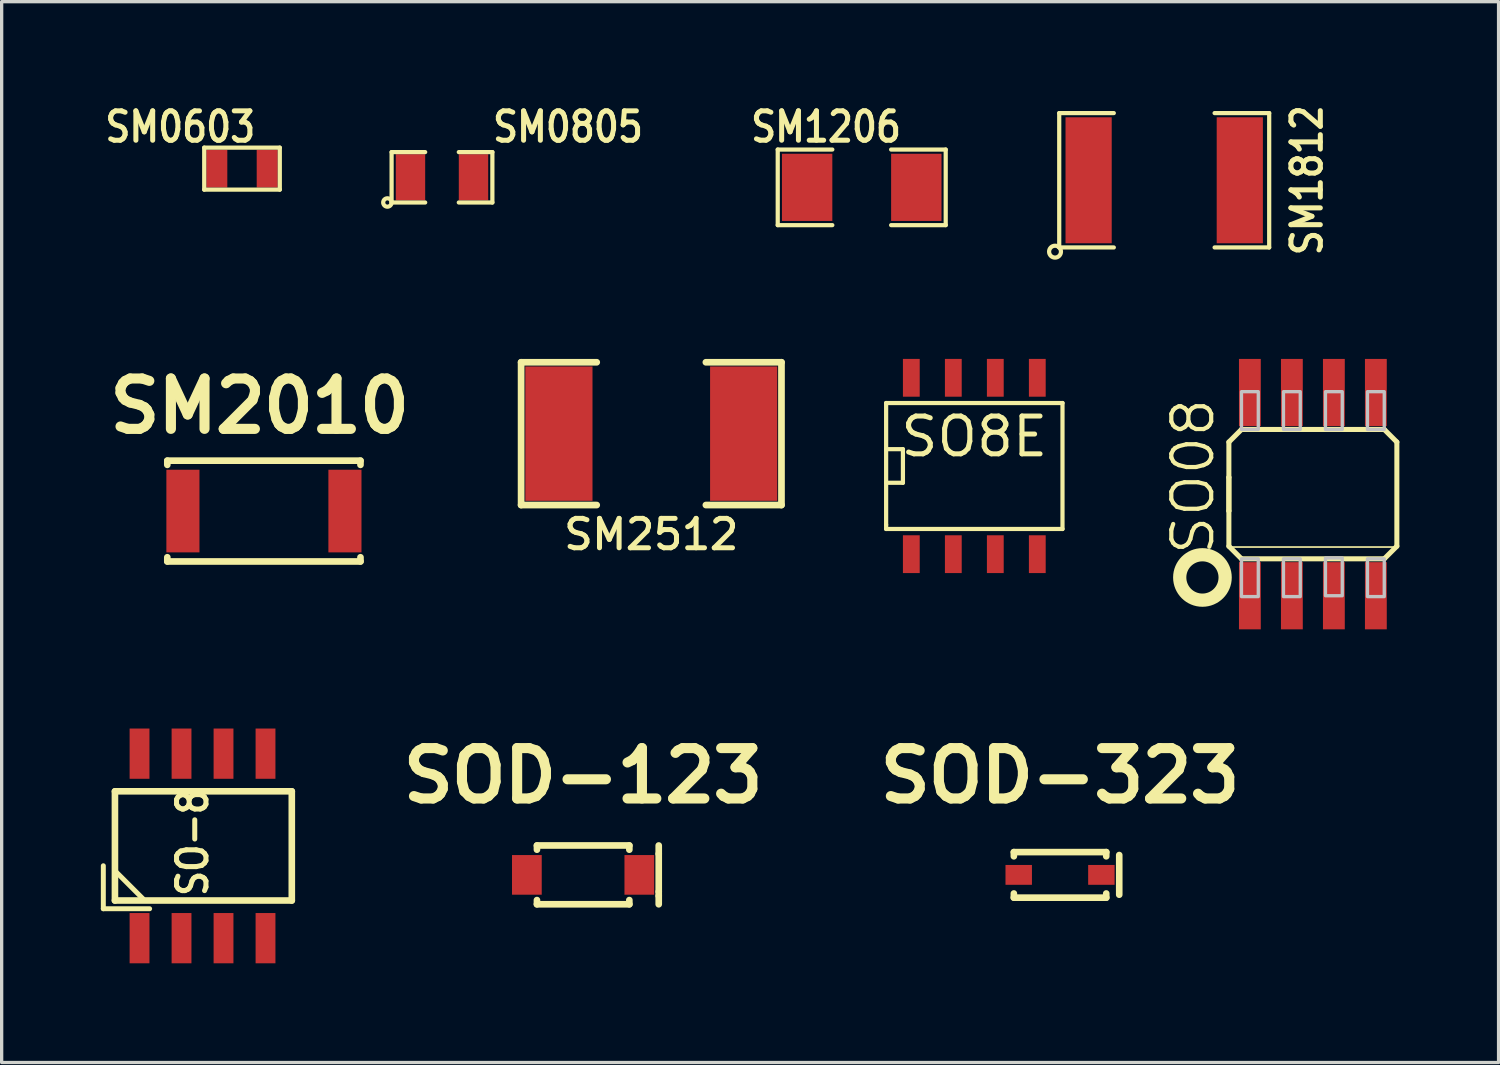
<source format=kicad_pcb>
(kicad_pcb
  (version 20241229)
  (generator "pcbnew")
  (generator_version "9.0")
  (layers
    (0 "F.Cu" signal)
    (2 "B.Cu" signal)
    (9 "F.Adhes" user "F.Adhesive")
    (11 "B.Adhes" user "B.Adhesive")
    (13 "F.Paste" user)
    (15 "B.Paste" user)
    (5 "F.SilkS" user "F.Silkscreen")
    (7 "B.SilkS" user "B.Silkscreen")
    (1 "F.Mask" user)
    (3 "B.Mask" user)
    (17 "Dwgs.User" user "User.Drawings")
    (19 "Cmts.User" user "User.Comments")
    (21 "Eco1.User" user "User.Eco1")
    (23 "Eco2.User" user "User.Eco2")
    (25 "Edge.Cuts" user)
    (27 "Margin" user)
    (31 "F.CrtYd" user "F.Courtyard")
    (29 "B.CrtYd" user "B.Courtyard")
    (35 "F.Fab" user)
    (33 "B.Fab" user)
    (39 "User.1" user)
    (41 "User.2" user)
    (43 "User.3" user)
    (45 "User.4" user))
  (footprint "SM2512"
    (layer "F.Cu")
    (at 16.647 10.065)
    (property "Reference" "SM2512" (at 0 3.048 0) (layer "F.SilkS") (effects (font (size 0.889 0.889) (thickness 0.152))))
    (attr through_hole)
    (fp_line (start -3.937 -2.159) (end -1.651 -2.159) (stroke (width 0.203) (type solid)) (layer "F.SilkS"))
    (fp_line (start -3.937 2.159) (end -3.937 -2.159) (stroke (width 0.203) (type solid)) (layer "F.SilkS"))
    (fp_line (start -1.651 2.159) (end -3.937 2.159) (stroke (width 0.203) (type solid)) (layer "F.SilkS"))
    (fp_line (start 1.651 -2.159) (end 3.937 -2.159) (stroke (width 0.203) (type solid)) (layer "F.SilkS"))
    (fp_line (start 3.937 -2.159) (end 3.937 2.159) (stroke (width 0.203) (type solid)) (layer "F.SilkS"))
    (fp_line (start 3.937 2.159) (end 1.651 2.159) (stroke (width 0.203) (type solid)) (layer "F.SilkS"))
    (pad "1" smd rect (at -2.794 0) (size 2.032 4.064) (layers "F.Cu" "F.Mask" "F.Paste"))
    (pad "2" smd rect (at 2.794 0) (size 2.032 4.064) (layers "F.Cu" "F.Mask" "F.Paste")))
  (footprint "SO8E"
    (layer "F.Cu")
    (at 26.416 11.043)
    (property "Reference" "SO8E" (at 0 -0.889 0) (layer "F.SilkS") (effects (font (size 1.143 1.143) (thickness 0.152))))
    (attr smd)
    (fp_line (start -2.667 -1.905) (end -2.667 1.778) (stroke (width 0.127) (type solid)) (layer "F.SilkS"))
    (fp_line (start -2.667 -0.508) (end -2.159 -0.508) (stroke (width 0.127) (type solid)) (layer "F.SilkS"))
    (fp_line (start -2.667 1.778) (end -2.667 1.905) (stroke (width 0.127) (type solid)) (layer "F.SilkS"))
    (fp_line (start -2.667 1.905) (end 2.667 1.905) (stroke (width 0.127) (type solid)) (layer "F.SilkS"))
    (fp_line (start -2.159 -0.508) (end -2.159 0.508) (stroke (width 0.127) (type solid)) (layer "F.SilkS"))
    (fp_line (start -2.159 0.508) (end -2.667 0.508) (stroke (width 0.127) (type solid)) (layer "F.SilkS"))
    (fp_line (start 2.667 -1.905) (end -2.667 -1.905) (stroke (width 0.127) (type solid)) (layer "F.SilkS"))
    (fp_line (start 2.667 -1.905) (end 2.667 1.905) (stroke (width 0.127) (type solid)) (layer "F.SilkS"))
    (pad "1" smd rect (at -1.905 2.667) (size 0.508 1.143) (layers "F.Cu" "F.Mask" "F.Paste"))
    (pad "2" smd rect (at -0.635 2.667) (size 0.508 1.143) (layers "F.Cu" "F.Mask" "F.Paste"))
    (pad "3" smd rect (at 0.635 2.667) (size 0.508 1.143) (layers "F.Cu" "F.Mask" "F.Paste"))
    (pad "4" smd rect (at 1.905 2.667) (size 0.508 1.143) (layers "F.Cu" "F.Mask" "F.Paste"))
    (pad "5" smd rect (at 1.905 -2.667) (size 0.508 1.143) (layers "F.Cu" "F.Mask" "F.Paste"))
    (pad "6" smd rect (at 0.635 -2.667) (size 0.508 1.143) (layers "F.Cu" "F.Mask" "F.Paste"))
    (pad "7" smd rect (at -0.635 -2.667) (size 0.508 1.143) (layers "F.Cu" "F.Mask" "F.Paste"))
    (pad "8" smd rect (at -1.905 -2.667) (size 0.508 1.143) (layers "F.Cu" "F.Mask" "F.Paste")))
  (footprint "SOD-123"
    (layer "F.Cu")
    (at 14.586 23.409)
    (property "Reference" "SOD-123" (at 0 -3 0) (layer "F.SilkS") (effects (font (size 1.524 1.524) (thickness 0.305))))
    (attr through_hole)
    (fp_line (start -1.397 -0.889) (end -1.397 -0.762) (stroke (width 0.201) (type solid)) (layer "F.SilkS"))
    (fp_line (start -1.397 0.762) (end -1.397 0.889) (stroke (width 0.201) (type solid)) (layer "F.SilkS"))
    (fp_line (start -1.397 0.889) (end 1.397 0.889) (stroke (width 0.201) (type solid)) (layer "F.SilkS"))
    (fp_line (start 1.397 -0.889) (end -1.397 -0.889) (stroke (width 0.201) (type solid)) (layer "F.SilkS"))
    (fp_line (start 1.397 -0.762) (end 1.397 -0.889) (stroke (width 0.201) (type solid)) (layer "F.SilkS"))
    (fp_line (start 1.397 0.889) (end 1.397 0.762) (stroke (width 0.201) (type solid)) (layer "F.SilkS"))
    (fp_line (start 2.286 -0.635) (end 2.286 -0.889) (stroke (width 0.201) (type solid)) (layer "F.SilkS"))
    (fp_line (start 2.286 -0.635) (end 2.286 0.508) (stroke (width 0.201) (type solid)) (layer "F.SilkS"))
    (fp_line (start 2.286 0.508) (end 2.286 0.635) (stroke (width 0.201) (type solid)) (layer "F.SilkS"))
    (fp_line (start 2.286 0.635) (end 2.286 0.889) (stroke (width 0.201) (type solid)) (layer "F.SilkS"))
    (pad "A" smd rect (at -1.702 0) (size 0.899 1.199) (layers "F.Cu" "F.Mask" "F.Paste"))
    (pad "C" smd rect (at 1.699 0) (size 0.899 1.199) (layers "F.Cu" "F.Mask" "F.Paste")))
  (footprint "SM0805"
    (layer "F.Cu")
    (at 10.317 2.312)
    (property "Reference" "SM0805" (at 3.81 -1.524 0) (layer "F.SilkS") (effects (font (size 0.889 0.762) (thickness 0.152))))
    (attr smd)
    (fp_line (start -1.524 -0.762) (end -0.508 -0.762) (stroke (width 0.127) (type solid)) (layer "F.SilkS"))
    (fp_line (start -1.524 0.762) (end -1.524 -0.762) (stroke (width 0.127) (type solid)) (layer "F.SilkS"))
    (fp_line (start -0.508 0.762) (end -1.524 0.762) (stroke (width 0.127) (type solid)) (layer "F.SilkS"))
    (fp_line (start 0.508 -0.762) (end 1.524 -0.762) (stroke (width 0.127) (type solid)) (layer "F.SilkS"))
    (fp_line (start 1.524 -0.762) (end 1.524 0.762) (stroke (width 0.127) (type solid)) (layer "F.SilkS"))
    (fp_line (start 1.524 0.762) (end 0.508 0.762) (stroke (width 0.127) (type solid)) (layer "F.SilkS"))
    (fp_circle (center -1.651 0.762) (end -1.651 0.635) (stroke (width 0.127) (type solid)) (fill no) (layer "F.SilkS"))
    (pad "1" smd rect (at -0.953 0) (size 0.889 1.397) (layers "F.Cu" "F.Mask" "F.Paste"))
    (pad "2" smd rect (at 0.953 0) (size 0.889 1.397) (layers "F.Cu" "F.Mask" "F.Paste")))
  (footprint "SM2010"
    (layer "F.Cu")
    (at 4.931 12.406)
    (property "Reference" "SM2010" (at -0.127 -3.175 0) (layer "F.SilkS") (effects (font (size 1.524 1.524) (thickness 0.305))))
    (attr through_hole)
    (fp_line (start -2.921 -1.524) (end -2.921 -1.397) (stroke (width 0.201) (type solid)) (layer "F.SilkS"))
    (fp_line (start -2.921 1.397) (end -2.921 1.524) (stroke (width 0.201) (type solid)) (layer "F.SilkS"))
    (fp_line (start -2.921 1.524) (end 2.921 1.524) (stroke (width 0.201) (type solid)) (layer "F.SilkS"))
    (fp_line (start 2.921 -1.524) (end -2.921 -1.524) (stroke (width 0.201) (type solid)) (layer "F.SilkS"))
    (fp_line (start 2.921 -1.397) (end 2.921 -1.524) (stroke (width 0.201) (type solid)) (layer "F.SilkS"))
    (fp_line (start 2.921 1.524) (end 2.921 1.397) (stroke (width 0.201) (type solid)) (layer "F.SilkS"))
    (pad "1" smd rect (at -2.449 0) (size 1.001 2.499) (layers "F.Cu" "F.Mask" "F.Paste"))
    (pad "2" smd rect (at 2.451 0) (size 1.001 2.499) (layers "F.Cu" "F.Mask" "F.Paste")))
  (footprint "SM0603"
    (layer "F.Cu")
    (at 4.269 2.05)
    (property "Reference" "SM0603" (at -1.867 -1.262 0) (layer "F.SilkS") (effects (font (size 0.889 0.762) (thickness 0.152))))
    (attr smd)
    (fp_line (start -1.143 -0.635) (end 1.143 -0.635) (stroke (width 0.127) (type solid)) (layer "F.SilkS"))
    (fp_line (start -1.143 0.635) (end -1.143 -0.635) (stroke (width 0.127) (type solid)) (layer "F.SilkS"))
    (fp_line (start 1.143 -0.635) (end 1.143 0.635) (stroke (width 0.127) (type solid)) (layer "F.SilkS"))
    (fp_line (start 1.143 0.635) (end -1.143 0.635) (stroke (width 0.127) (type solid)) (layer "F.SilkS"))
    (pad "1" smd rect (at -0.762 0) (size 0.635 1.143) (layers "F.Cu" "F.Mask" "F.Paste"))
    (pad "2" smd rect (at 0.762 0) (size 0.635 1.143) (layers "F.Cu" "F.Mask" "F.Paste")))
  (footprint "SM1206"
    (layer "F.Cu")
    (at 23.011 2.616)
    (property "Reference" "SM1206" (at -1.079 -1.829 0) (layer "F.SilkS") (effects (font (size 0.889 0.762) (thickness 0.152))))
    (attr smd)
    (fp_line (start -2.54 -1.143) (end -2.54 1.143) (stroke (width 0.127) (type solid)) (layer "F.SilkS"))
    (fp_line (start -2.54 1.143) (end -0.889 1.143) (stroke (width 0.127) (type solid)) (layer "F.SilkS"))
    (fp_line (start -0.889 -1.143) (end -2.54 -1.143) (stroke (width 0.127) (type solid)) (layer "F.SilkS"))
    (fp_line (start 0.889 -1.143) (end 2.54 -1.143) (stroke (width 0.127) (type solid)) (layer "F.SilkS"))
    (fp_line (start 2.54 -1.143) (end 2.54 1.143) (stroke (width 0.127) (type solid)) (layer "F.SilkS"))
    (fp_line (start 2.54 1.143) (end 0.889 1.143) (stroke (width 0.127) (type solid)) (layer "F.SilkS"))
    (pad "1" smd rect (at -1.651 0) (size 1.524 2.032) (layers "F.Cu" "F.Mask" "F.Paste"))
    (pad "2" smd rect (at 1.651 0) (size 1.524 2.032) (layers "F.Cu" "F.Mask" "F.Paste")))
  (footprint "SO08"
    (layer "F.Cu")
    (at 36.655 11.894)
    (property "Reference" "SO08" (at -2.921 1.905 90) (layer "F.SilkS") (effects (font (size 1.206 1.206) (thickness 0.127)) (justify left bottom)))
    (attr through_hole)
    (fp_line (start -2.54 -1.575) (end -2.54 -0.508) (stroke (width 0.152) (type solid)) (layer "F.SilkS"))
    (fp_line (start -2.54 -1.575) (end -2.159 -1.956) (stroke (width 0.152) (type solid)) (layer "F.SilkS"))
    (fp_line (start -2.54 -0.508) (end -2.54 0.508) (stroke (width 0.152) (type solid)) (layer "F.SilkS"))
    (fp_line (start -2.54 -0.508) (end -2.54 0.508) (stroke (width 0.152) (type solid)) (layer "F.SilkS"))
    (fp_line (start -2.54 0.508) (end -2.54 1.575) (stroke (width 0.152) (type solid)) (layer "F.SilkS"))
    (fp_line (start -2.54 1.575) (end -2.159 1.956) (stroke (width 0.152) (type solid)) (layer "F.SilkS"))
    (fp_line (start -2.54 1.6) (end 2.54 1.6) (stroke (width 0.051) (type solid)) (layer "F.SilkS"))
    (fp_line (start -2.159 1.956) (end 2.159 1.956) (stroke (width 0.152) (type solid)) (layer "F.SilkS"))
    (fp_line (start 2.159 -1.956) (end -2.159 -1.956) (stroke (width 0.152) (type solid)) (layer "F.SilkS"))
    (fp_line (start 2.159 -1.956) (end 2.54 -1.575) (stroke (width 0.152) (type solid)) (layer "F.SilkS"))
    (fp_line (start 2.159 1.956) (end 2.54 1.575) (stroke (width 0.152) (type solid)) (layer "F.SilkS"))
    (fp_line (start 2.54 1.575) (end 2.54 -1.575) (stroke (width 0.152) (type solid)) (layer "F.SilkS"))
    (fp_circle (center -3.34 2.52) (end -2.883 3.033) (stroke (width 0.4) (type solid)) (fill no) (layer "F.SilkS"))
    (fp_poly (pts (xy -2.159 -1.956) (xy -1.651 -1.956) (xy -1.651 -3.099) (xy -2.159 -3.099)) (stroke (width 0.1) (type solid)) (fill no) (layer "Dwgs.User"))
    (fp_poly (pts (xy -2.159 3.099) (xy -1.651 3.099) (xy -1.651 1.956) (xy -2.159 1.956)) (stroke (width 0.1) (type solid)) (fill no) (layer "Dwgs.User"))
    (fp_poly (pts (xy -0.889 -1.956) (xy -0.381 -1.956) (xy -0.381 -3.099) (xy -0.889 -3.099)) (stroke (width 0.1) (type solid)) (fill no) (layer "Dwgs.User"))
    (fp_poly (pts (xy -0.889 3.099) (xy -0.381 3.099) (xy -0.381 1.956) (xy -0.889 1.956)) (stroke (width 0.1) (type solid)) (fill no) (layer "Dwgs.User"))
    (fp_poly (pts (xy 0.381 -1.956) (xy 0.889 -1.956) (xy 0.889 -3.099) (xy 0.381 -3.099)) (stroke (width 0.1) (type solid)) (fill no) (layer "Dwgs.User"))
    (fp_poly (pts (xy 0.381 3.073) (xy 0.889 3.073) (xy 0.889 1.93) (xy 0.381 1.93)) (stroke (width 0.1) (type solid)) (fill no) (layer "Dwgs.User"))
    (fp_poly (pts (xy 1.651 -1.956) (xy 2.159 -1.956) (xy 2.159 -3.099) (xy 1.651 -3.099)) (stroke (width 0.1) (type solid)) (fill no) (layer "Dwgs.User"))
    (fp_poly (pts (xy 1.651 3.099) (xy 2.159 3.099) (xy 2.159 1.956) (xy 1.651 1.956)) (stroke (width 0.1) (type solid)) (fill no) (layer "Dwgs.User"))
    (pad "1" smd rect (at -1.905 3.073) (size 0.66 2.032) (layers "F.Cu" "F.Mask" "F.Paste"))
    (pad "2" smd rect (at -0.635 3.073) (size 0.66 2.032) (layers "F.Cu" "F.Mask" "F.Paste"))
    (pad "3" smd rect (at 0.635 3.073) (size 0.66 2.032) (layers "F.Cu" "F.Mask" "F.Paste"))
    (pad "4" smd rect (at 1.905 3.073) (size 0.66 2.032) (layers "F.Cu" "F.Mask" "F.Paste"))
    (pad "5" smd rect (at 1.905 -3.073) (size 0.66 2.032) (layers "F.Cu" "F.Mask" "F.Paste"))
    (pad "6" smd rect (at 0.635 -3.073) (size 0.66 2.032) (layers "F.Cu" "F.Mask" "F.Paste"))
    (pad "7" smd rect (at -0.635 -3.073) (size 0.66 2.032) (layers "F.Cu" "F.Mask" "F.Paste"))
    (pad "8" smd rect (at -1.905 -3.073) (size 0.66 2.032) (layers "F.Cu" "F.Mask" "F.Paste")))
  (footprint "SM1812"
    (layer "F.Cu")
    (at 32.159 2.402)
    (property "Reference" "SM1812" (at 4.318 0 90) (layer "F.SilkS") (effects (font (size 0.889 0.762) (thickness 0.152))))
    (attr smd)
    (fp_line (start -3.175 -2.032) (end -3.175 2.032) (stroke (width 0.127) (type solid)) (layer "F.SilkS"))
    (fp_line (start -3.175 2.032) (end -1.524 2.032) (stroke (width 0.127) (type solid)) (layer "F.SilkS"))
    (fp_line (start -1.524 -2.032) (end -3.175 -2.032) (stroke (width 0.127) (type solid)) (layer "F.SilkS"))
    (fp_line (start 1.524 2.032) (end 3.175 2.032) (stroke (width 0.127) (type solid)) (layer "F.SilkS"))
    (fp_line (start 3.175 -2.032) (end 1.524 -2.032) (stroke (width 0.127) (type solid)) (layer "F.SilkS"))
    (fp_line (start 3.175 2.032) (end 3.175 -2.032) (stroke (width 0.127) (type solid)) (layer "F.SilkS"))
    (fp_circle (center -3.302 2.159) (end -3.175 2.032) (stroke (width 0.127) (type solid)) (fill no) (layer "F.SilkS"))
    (pad "1" smd rect (at -2.286 0) (size 1.397 3.81) (layers "F.Cu" "F.Mask" "F.Paste"))
    (pad "2" smd rect (at 2.286 0) (size 1.397 3.81) (layers "F.Cu" "F.Mask" "F.Paste")))
  (footprint "SO-8"
    (layer "F.Cu")
    (at 3.075 22.533)
    (property "Reference" "SO-8" (at -0.3 -0.1 90) (layer "F.SilkS") (effects (font (size 0.889 0.762) (thickness 0.152))))
    (attr smd)
    (fp_line (start -3 0.6) (end -3 1.9) (stroke (width 0.15) (type solid)) (layer "F.SilkS"))
    (fp_line (start -3 1.9) (end -1.6 1.9) (stroke (width 0.15) (type solid)) (layer "F.SilkS"))
    (fp_line (start -2.649 -1.651) (end -2.649 1.651) (stroke (width 0.2) (type solid)) (layer "F.SilkS"))
    (fp_line (start -2.649 -1.651) (end 2.7 -1.651) (stroke (width 0.2) (type solid)) (layer "F.SilkS"))
    (fp_line (start -2.6 0.8) (end -1.8 1.6) (stroke (width 0.15) (type solid)) (layer "F.SilkS"))
    (fp_line (start 2.7 -1.651) (end 2.7 1.651) (stroke (width 0.2) (type solid)) (layer "F.SilkS"))
    (fp_line (start 2.7 1.651) (end -2.649 1.651) (stroke (width 0.2) (type solid)) (layer "F.SilkS"))
    (pad "1" smd rect (at -1.905 2.79) (size 0.6 1.52) (layers "F.Cu" "F.Mask" "F.Paste"))
    (pad "2" smd rect (at -0.635 2.79) (size 0.6 1.52) (layers "F.Cu" "F.Mask" "F.Paste"))
    (pad "3" smd rect (at 0.635 2.79) (size 0.6 1.52) (layers "F.Cu" "F.Mask" "F.Paste"))
    (pad "4" smd rect (at 1.905 2.79) (size 0.6 1.52) (layers "F.Cu" "F.Mask" "F.Paste"))
    (pad "5" smd rect (at 1.905 -2.79) (size 0.6 1.52) (layers "F.Cu" "F.Mask" "F.Paste"))
    (pad "6" smd rect (at 0.635 -2.79) (size 0.6 1.52) (layers "F.Cu" "F.Mask" "F.Paste"))
    (pad "7" smd rect (at -0.635 -2.79) (size 0.6 1.52) (layers "F.Cu" "F.Mask" "F.Paste"))
    (pad "8" smd rect (at -1.905 -2.79) (size 0.6 1.52) (layers "F.Cu" "F.Mask" "F.Paste")))
  (footprint "SOD-323"
    (layer "F.Cu")
    (at 29.009 23.409)
    (property "Reference" "SOD-323" (at 0 -3 0) (layer "F.SilkS") (effects (font (size 1.524 1.524) (thickness 0.305))))
    (attr through_hole)
    (fp_line (start -1.397 -0.689) (end -1.397 -0.562) (stroke (width 0.2) (type solid)) (layer "F.SilkS"))
    (fp_line (start -1.397 0.562) (end -1.397 0.689) (stroke (width 0.2) (type solid)) (layer "F.SilkS"))
    (fp_line (start -1.397 0.689) (end 1.397 0.689) (stroke (width 0.2) (type solid)) (layer "F.SilkS"))
    (fp_line (start 1.397 -0.689) (end -1.397 -0.689) (stroke (width 0.2) (type solid)) (layer "F.SilkS"))
    (fp_line (start 1.397 -0.562) (end 1.397 -0.689) (stroke (width 0.2) (type solid)) (layer "F.SilkS"))
    (fp_line (start 1.397 0.689) (end 1.397 0.562) (stroke (width 0.2) (type solid)) (layer "F.SilkS"))
    (fp_line (start 1.79 -0.6) (end 1.79 0.6) (stroke (width 0.2) (type solid)) (layer "F.SilkS"))
    (pad "A" smd rect (at -1.25 0) (size 0.8 0.6) (layers "F.Cu" "F.Mask" "F.Paste"))
    (pad "C" smd rect (at 1.25 0) (size 0.8 0.6) (layers "F.Cu" "F.Mask" "F.Paste")))
  (gr_rect
    (start -3 -3)
    (end 42.271 29.083)
    (stroke (width 0.1) (type default))
    (fill no)
    (layer "Edge.Cuts")))
</source>
